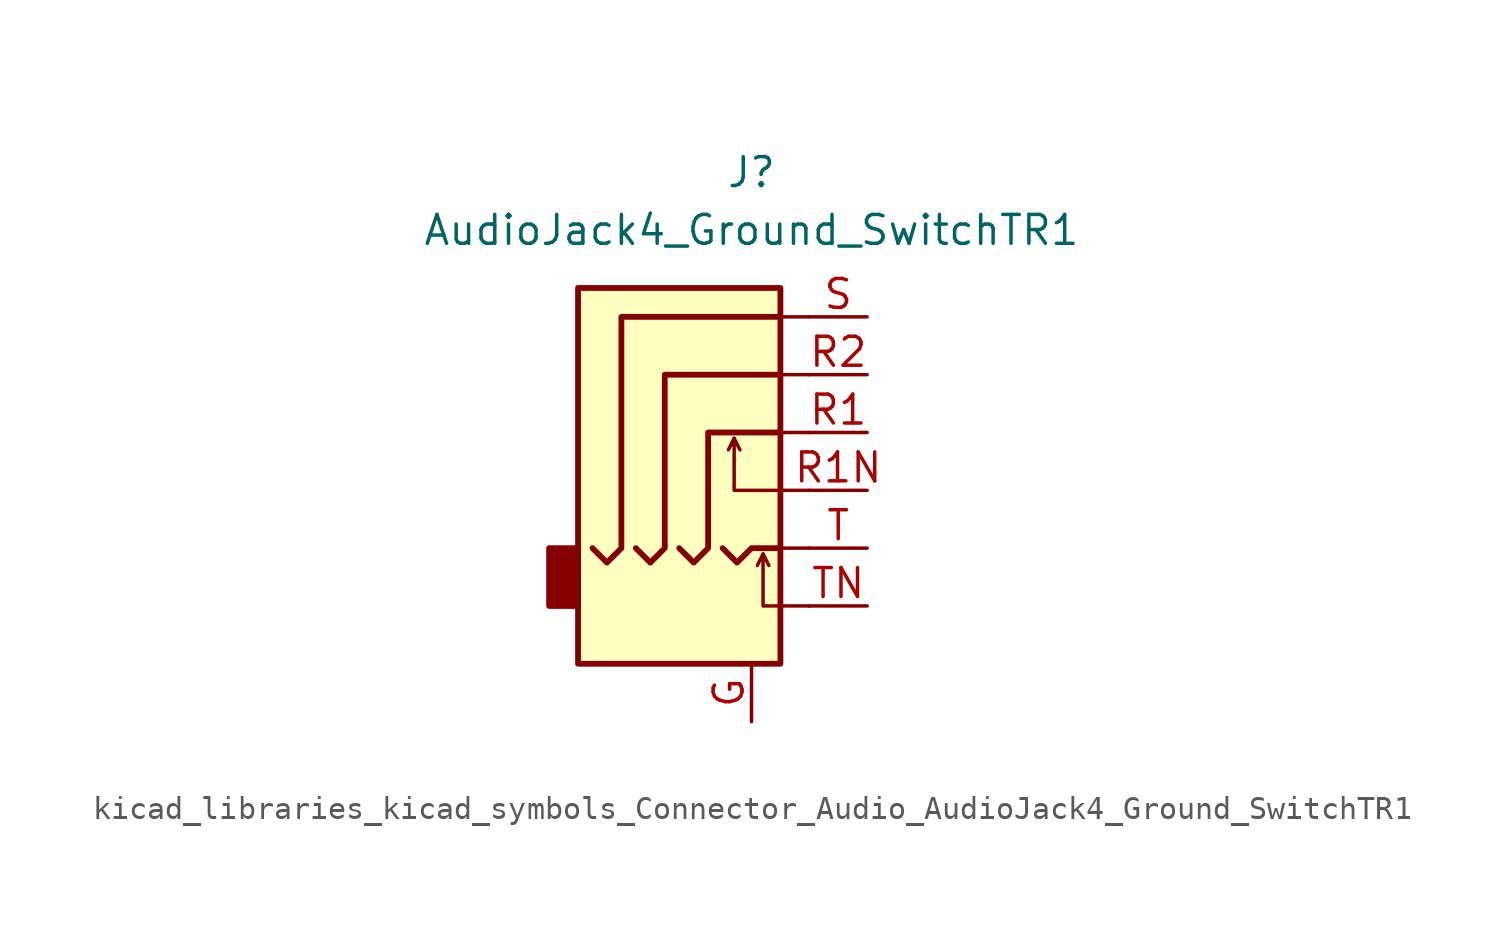
<source format=kicad_sym>
(kicad_symbol_lib
  (version 20220914)
  (generator kicad_symbol_editor)
  (symbol "kicad_libraries_kicad_symbols_Connector_Audio_AudioJack4_Ground_SwitchTR1"
    (property "Reference" "J"
      (at 0 11.43 0)
      (effects (font (size 1.27 1.27))))
    (property "Value" "AudioJack4_Ground_SwitchTR1"
      (at 0 8.89 0)
      (effects (font (size 1.27 1.27))))
    (symbol "kicad_libraries_kicad_symbols_Connector_Audio_AudioJack4_Ground_SwitchTR1_0_1"
      (rectangle (start -7.62 -5.08) (end -8.89 -7.62) (stroke (width 0.254) (type default)) (fill (type outline)))
      (polyline (pts (xy 1.27 2.54) (xy 2.54 2.54)) (stroke (width 0) (type default)) (fill (type none)))
      (polyline (pts (xy 2.54 -5.08) (xy 1.27 -5.08)) (stroke (width 0) (type default)) (fill (type none)))
      (polyline (pts (xy 2.54 0) (xy 1.27 0)) (stroke (width 0) (type default)) (fill (type none)))
      (polyline (pts (xy 2.54 5.08) (xy 1.27 5.08)) (stroke (width 0) (type default)) (fill (type none)))
      (rectangle (start 1.27 6.35) (end -7.62 -10.16) (stroke (width 0.254) (type default)) (fill (type background))))
    (symbol "kicad_libraries_kicad_symbols_Connector_Audio_AudioJack4_Ground_SwitchTR1_1_1"
      (polyline (pts (xy -0.762 -0.254) (xy -0.508 -0.762)) (stroke (width 0) (type default)) (fill (type none)))
      (polyline (pts (xy 0.508 -5.334) (xy 0.762 -5.842)) (stroke (width 0) (type default)) (fill (type none)))
      (polyline (pts (xy -1.27 -5.08) (xy -0.635 -5.715) (xy 0 -5.08) (xy 1.27 -5.08)) (stroke (width 0.254) (type default)) (fill (type none)))
      (polyline (pts (xy 2.54 -7.62) (xy 0.508 -7.62) (xy 0.508 -5.334) (xy 0.254 -5.842)) (stroke (width 0) (type default)) (fill (type none)))
      (polyline (pts (xy 2.54 -2.54) (xy -0.762 -2.54) (xy -0.762 -0.254) (xy -1.016 -0.762)) (stroke (width 0) (type default)) (fill (type none)))
      (polyline (pts (xy -3.175 -5.08) (xy -2.54 -5.715) (xy -1.905 -5.08) (xy -1.905 0) (xy 1.27 0)) (stroke (width 0.254) (type default)) (fill (type none)))
      (polyline (pts (xy 1.27 2.54) (xy -3.81 2.54) (xy -3.81 -5.08) (xy -4.445 -5.715) (xy -5.08 -5.08)) (stroke (width 0.254) (type default)) (fill (type none)))
      (polyline (pts (xy 1.27 5.08) (xy -5.715 5.08) (xy -5.715 -5.08) (xy -6.35 -5.715) (xy -6.985 -5.08)) (stroke (width 0.254) (type default)) (fill (type none)))
      (pin passive line (at 0 -12.7 90) (length 2.54) (name "~" (effects (font (size 1.27 1.27)))) (number "G" (effects (font (size 1.27 1.27)))))
      (pin passive line (at 5.08 0 180) (length 2.54) (name "~" (effects (font (size 1.27 1.27)))) (number "R1" (effects (font (size 1.27 1.27)))))
      (pin passive line (at 5.08 -2.54 180) (length 2.54) (name "~" (effects (font (size 1.27 1.27)))) (number "R1N" (effects (font (size 1.27 1.27)))))
      (pin passive line (at 5.08 2.54 180) (length 2.54) (name "~" (effects (font (size 1.27 1.27)))) (number "R2" (effects (font (size 1.27 1.27)))))
      (pin passive line (at 5.08 5.08 180) (length 2.54) (name "~" (effects (font (size 1.27 1.27)))) (number "S" (effects (font (size 1.27 1.27)))))
      (pin passive line (at 5.08 -5.08 180) (length 2.54) (name "~" (effects (font (size 1.27 1.27)))) (number "T" (effects (font (size 1.27 1.27)))))
      (pin passive line (at 5.08 -7.62 180) (length 2.54) (name "~" (effects (font (size 1.27 1.27)))) (number "TN" (effects (font (size 1.27 1.27))))))))
</source>
